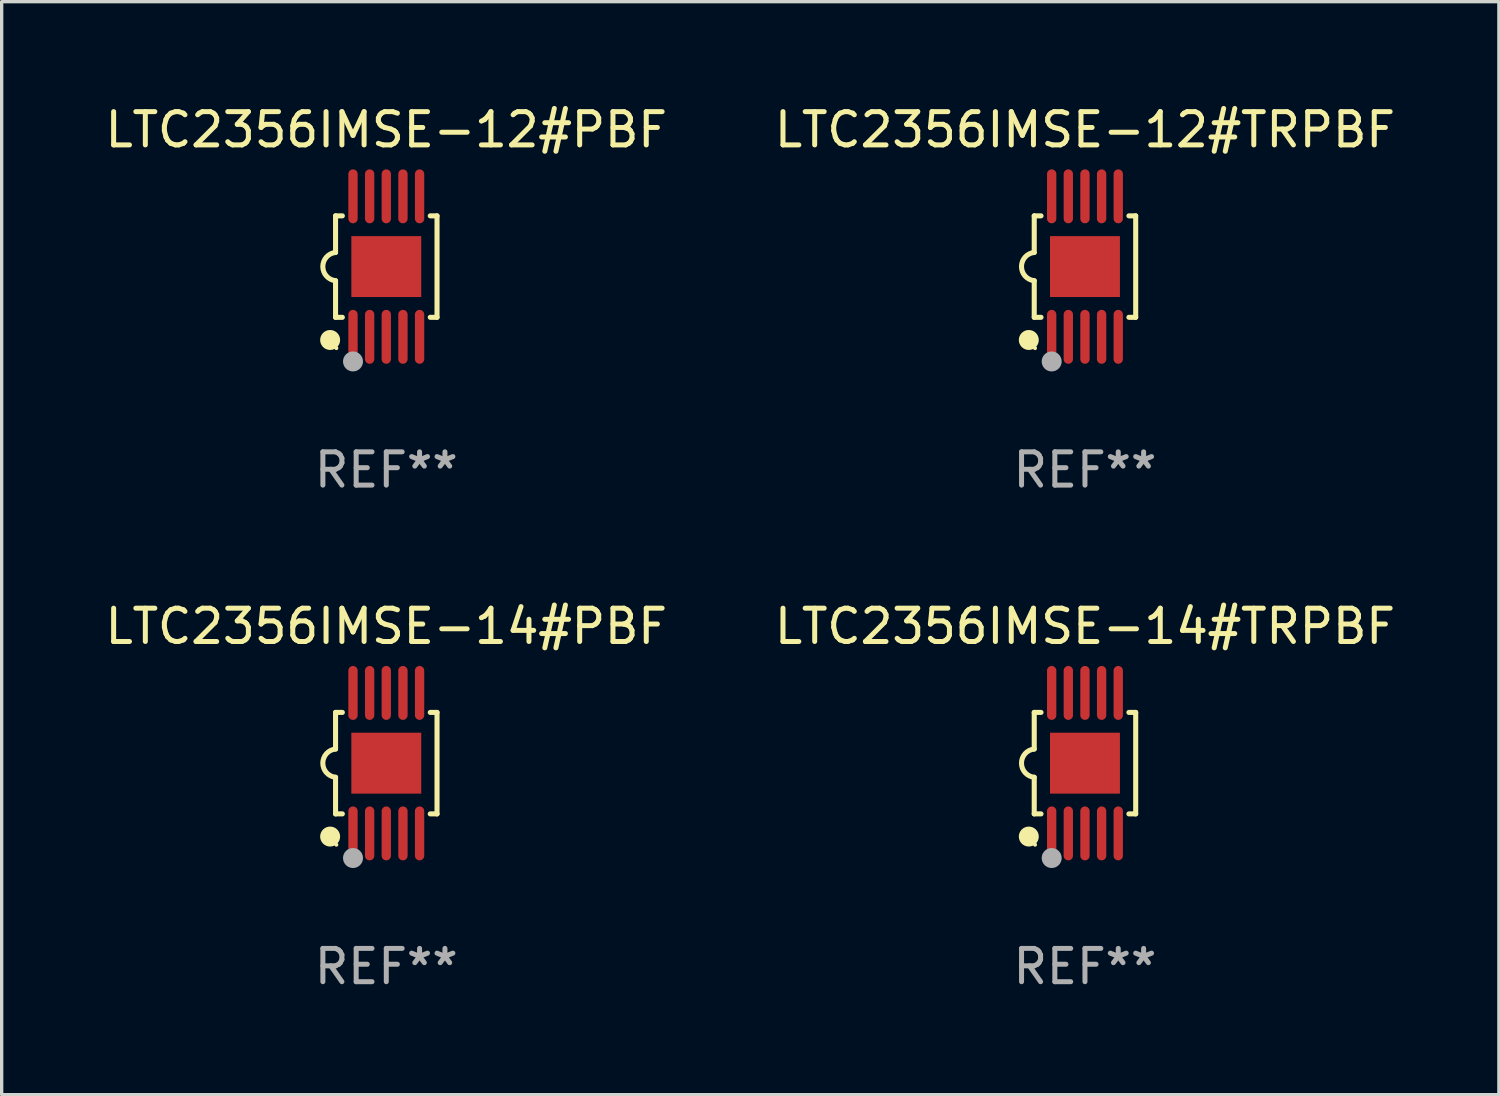
<source format=kicad_pcb>
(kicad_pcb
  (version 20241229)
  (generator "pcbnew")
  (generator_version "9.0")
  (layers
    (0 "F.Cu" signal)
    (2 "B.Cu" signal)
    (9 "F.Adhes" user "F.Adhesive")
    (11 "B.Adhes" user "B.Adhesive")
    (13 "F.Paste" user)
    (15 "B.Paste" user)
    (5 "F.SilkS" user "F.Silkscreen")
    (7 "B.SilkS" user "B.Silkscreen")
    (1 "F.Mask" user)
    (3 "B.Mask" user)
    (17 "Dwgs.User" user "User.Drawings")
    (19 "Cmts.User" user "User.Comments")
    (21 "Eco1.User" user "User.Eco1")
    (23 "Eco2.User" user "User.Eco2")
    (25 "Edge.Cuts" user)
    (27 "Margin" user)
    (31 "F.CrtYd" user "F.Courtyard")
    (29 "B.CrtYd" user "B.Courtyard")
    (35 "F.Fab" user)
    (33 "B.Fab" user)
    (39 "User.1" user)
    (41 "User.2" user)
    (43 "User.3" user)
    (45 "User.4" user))
  (footprint "LTC2356IMSE-14#PBF"
    (layer "F.Cu")
    (at 8.554 19.875)
    (property "Reference" "LTC2356IMSE-14#PBF" (at 0 -4.11 0) (layer "F.SilkS") (effects (font (size 1 1) (thickness 0.15))))
    (attr through_hole)
    (fp_line (start -1.524 -1.524) (end -1.524 -0.424) (stroke (width 0.152) (type solid)) (layer "F.SilkS"))
    (fp_line (start -1.524 1.524) (end -1.524 0.424) (stroke (width 0.152) (type solid)) (layer "F.SilkS"))
    (fp_line (start -1.524 1.524) (end -1.32 1.524) (stroke (width 0.152) (type solid)) (layer "F.SilkS"))
    (fp_line (start -1.32 -1.524) (end -1.524 -1.524) (stroke (width 0.152) (type solid)) (layer "F.SilkS"))
    (fp_line (start 1.32 1.524) (end 1.524 1.524) (stroke (width 0.152) (type solid)) (layer "F.SilkS"))
    (fp_line (start 1.524 -1.524) (end 1.32 -1.524) (stroke (width 0.152) (type solid)) (layer "F.SilkS"))
    (fp_line (start 1.524 1.524) (end 1.524 -1.524) (stroke (width 0.152) (type solid)) (layer "F.SilkS"))
    (fp_arc (start -1.524003 0.424003) (mid -1.906663 -0.000089) (end -1.524004 -0.424181) (stroke (width 0.151994) (type solid)) (layer "F.SilkS"))
    (fp_circle (center -1.687 2.205) (end -1.537 2.205) (stroke (width 0.3) (type solid)) (fill no) (layer "F.SilkS"))
    (fp_circle (center -1.5 2.45) (end -1.47 2.45) (stroke (width 0.06) (type solid)) (fill no) (layer "F.SilkS"))
    (fp_circle (center -1 2.85) (end -0.85 2.85) (stroke (width 0.3) (type solid)) (fill no) (layer "F.Fab"))
    (fp_text user "REF**" (at 0 6.11 0) (layer "F.Fab") (effects (font (size 1 1) (thickness 0.15))))
    (pad "1" smd oval (at -1 2.11) (size 0.28 1.62) (layers "F.Cu" "F.Mask" "F.Paste"))
    (pad "2" smd oval (at -0.5 2.11) (size 0.28 1.62) (layers "F.Cu" "F.Mask" "F.Paste"))
    (pad "3" smd oval (at 0 2.11) (size 0.28 1.62) (layers "F.Cu" "F.Mask" "F.Paste"))
    (pad "4" smd oval (at 0.5 2.11) (size 0.28 1.62) (layers "F.Cu" "F.Mask" "F.Paste"))
    (pad "5" smd oval (at 1 2.11) (size 0.28 1.62) (layers "F.Cu" "F.Mask" "F.Paste"))
    (pad "6" smd oval (at 1 -2.11) (size 0.28 1.62) (layers "F.Cu" "F.Mask" "F.Paste"))
    (pad "7" smd oval (at 0.5 -2.11) (size 0.28 1.62) (layers "F.Cu" "F.Mask" "F.Paste"))
    (pad "8" smd oval (at 0 -2.11) (size 0.28 1.62) (layers "F.Cu" "F.Mask" "F.Paste"))
    (pad "9" smd oval (at -0.5 -2.11) (size 0.28 1.62) (layers "F.Cu" "F.Mask" "F.Paste"))
    (pad "10" smd oval (at -1 -2.11) (size 0.28 1.62) (layers "F.Cu" "F.Mask" "F.Paste"))
    (pad "11" smd rect (at 0 0) (size 2.1 1.83) (layers "F.Cu" "F.Mask" "F.Paste")))
  (footprint "LTC2356IMSE-14#TRPBF"
    (layer "F.Cu")
    (at 29.542 19.875)
    (property "Reference" "LTC2356IMSE-14#TRPBF" (at 0 -4.11 0) (layer "F.SilkS") (effects (font (size 1 1) (thickness 0.15))))
    (attr through_hole)
    (fp_line (start -1.524 -1.524) (end -1.524 -0.424) (stroke (width 0.152) (type solid)) (layer "F.SilkS"))
    (fp_line (start -1.524 1.524) (end -1.524 0.424) (stroke (width 0.152) (type solid)) (layer "F.SilkS"))
    (fp_line (start -1.524 1.524) (end -1.32 1.524) (stroke (width 0.152) (type solid)) (layer "F.SilkS"))
    (fp_line (start -1.32 -1.524) (end -1.524 -1.524) (stroke (width 0.152) (type solid)) (layer "F.SilkS"))
    (fp_line (start 1.32 1.524) (end 1.524 1.524) (stroke (width 0.152) (type solid)) (layer "F.SilkS"))
    (fp_line (start 1.524 -1.524) (end 1.32 -1.524) (stroke (width 0.152) (type solid)) (layer "F.SilkS"))
    (fp_line (start 1.524 1.524) (end 1.524 -1.524) (stroke (width 0.152) (type solid)) (layer "F.SilkS"))
    (fp_arc (start -1.524003 0.424003) (mid -1.906663 -0.000089) (end -1.524004 -0.424181) (stroke (width 0.151994) (type solid)) (layer "F.SilkS"))
    (fp_circle (center -1.687 2.205) (end -1.537 2.205) (stroke (width 0.3) (type solid)) (fill no) (layer "F.SilkS"))
    (fp_circle (center -1.5 2.45) (end -1.47 2.45) (stroke (width 0.06) (type solid)) (fill no) (layer "F.SilkS"))
    (fp_circle (center -1 2.85) (end -0.85 2.85) (stroke (width 0.3) (type solid)) (fill no) (layer "F.Fab"))
    (fp_text user "REF**" (at 0 6.11 0) (layer "F.Fab") (effects (font (size 1 1) (thickness 0.15))))
    (pad "1" smd oval (at -1 2.11) (size 0.28 1.62) (layers "F.Cu" "F.Mask" "F.Paste"))
    (pad "2" smd oval (at -0.5 2.11) (size 0.28 1.62) (layers "F.Cu" "F.Mask" "F.Paste"))
    (pad "3" smd oval (at 0 2.11) (size 0.28 1.62) (layers "F.Cu" "F.Mask" "F.Paste"))
    (pad "4" smd oval (at 0.5 2.11) (size 0.28 1.62) (layers "F.Cu" "F.Mask" "F.Paste"))
    (pad "5" smd oval (at 1 2.11) (size 0.28 1.62) (layers "F.Cu" "F.Mask" "F.Paste"))
    (pad "6" smd oval (at 1 -2.11) (size 0.28 1.62) (layers "F.Cu" "F.Mask" "F.Paste"))
    (pad "7" smd oval (at 0.5 -2.11) (size 0.28 1.62) (layers "F.Cu" "F.Mask" "F.Paste"))
    (pad "8" smd oval (at 0 -2.11) (size 0.28 1.62) (layers "F.Cu" "F.Mask" "F.Paste"))
    (pad "9" smd oval (at -0.5 -2.11) (size 0.28 1.62) (layers "F.Cu" "F.Mask" "F.Paste"))
    (pad "10" smd oval (at -1 -2.11) (size 0.28 1.62) (layers "F.Cu" "F.Mask" "F.Paste"))
    (pad "11" smd rect (at 0 0) (size 2.1 1.83) (layers "F.Cu" "F.Mask" "F.Paste")))
  (footprint "LTC2356IMSE-12#TRPBF"
    (layer "F.Cu")
    (at 29.542 4.958)
    (property "Reference" "LTC2356IMSE-12#TRPBF" (at 0 -4.11 0) (layer "F.SilkS") (effects (font (size 1 1) (thickness 0.15))))
    (attr through_hole)
    (fp_line (start -1.524 -1.524) (end -1.524 -0.424) (stroke (width 0.152) (type solid)) (layer "F.SilkS"))
    (fp_line (start -1.524 1.524) (end -1.524 0.424) (stroke (width 0.152) (type solid)) (layer "F.SilkS"))
    (fp_line (start -1.524 1.524) (end -1.32 1.524) (stroke (width 0.152) (type solid)) (layer "F.SilkS"))
    (fp_line (start -1.32 -1.524) (end -1.524 -1.524) (stroke (width 0.152) (type solid)) (layer "F.SilkS"))
    (fp_line (start 1.32 1.524) (end 1.524 1.524) (stroke (width 0.152) (type solid)) (layer "F.SilkS"))
    (fp_line (start 1.524 -1.524) (end 1.32 -1.524) (stroke (width 0.152) (type solid)) (layer "F.SilkS"))
    (fp_line (start 1.524 1.524) (end 1.524 -1.524) (stroke (width 0.152) (type solid)) (layer "F.SilkS"))
    (fp_arc (start -1.524003 0.424003) (mid -1.906663 -0.000089) (end -1.524004 -0.424181) (stroke (width 0.151994) (type solid)) (layer "F.SilkS"))
    (fp_circle (center -1.687 2.205) (end -1.537 2.205) (stroke (width 0.3) (type solid)) (fill no) (layer "F.SilkS"))
    (fp_circle (center -1.5 2.45) (end -1.47 2.45) (stroke (width 0.06) (type solid)) (fill no) (layer "F.SilkS"))
    (fp_circle (center -1 2.85) (end -0.85 2.85) (stroke (width 0.3) (type solid)) (fill no) (layer "F.Fab"))
    (fp_text user "REF**" (at 0 6.11 0) (layer "F.Fab") (effects (font (size 1 1) (thickness 0.15))))
    (pad "1" smd oval (at -1 2.11) (size 0.28 1.62) (layers "F.Cu" "F.Mask" "F.Paste"))
    (pad "2" smd oval (at -0.5 2.11) (size 0.28 1.62) (layers "F.Cu" "F.Mask" "F.Paste"))
    (pad "3" smd oval (at 0 2.11) (size 0.28 1.62) (layers "F.Cu" "F.Mask" "F.Paste"))
    (pad "4" smd oval (at 0.5 2.11) (size 0.28 1.62) (layers "F.Cu" "F.Mask" "F.Paste"))
    (pad "5" smd oval (at 1 2.11) (size 0.28 1.62) (layers "F.Cu" "F.Mask" "F.Paste"))
    (pad "6" smd oval (at 1 -2.11) (size 0.28 1.62) (layers "F.Cu" "F.Mask" "F.Paste"))
    (pad "7" smd oval (at 0.5 -2.11) (size 0.28 1.62) (layers "F.Cu" "F.Mask" "F.Paste"))
    (pad "8" smd oval (at 0 -2.11) (size 0.28 1.62) (layers "F.Cu" "F.Mask" "F.Paste"))
    (pad "9" smd oval (at -0.5 -2.11) (size 0.28 1.62) (layers "F.Cu" "F.Mask" "F.Paste"))
    (pad "10" smd oval (at -1 -2.11) (size 0.28 1.62) (layers "F.Cu" "F.Mask" "F.Paste"))
    (pad "11" smd rect (at 0 0) (size 2.1 1.83) (layers "F.Cu" "F.Mask" "F.Paste")))
  (footprint "LTC2356IMSE-12#PBF"
    (layer "F.Cu")
    (at 8.554 4.958)
    (property "Reference" "LTC2356IMSE-12#PBF" (at 0 -4.11 0) (layer "F.SilkS") (effects (font (size 1 1) (thickness 0.15))))
    (attr through_hole)
    (fp_line (start -1.524 -1.524) (end -1.524 -0.424) (stroke (width 0.152) (type solid)) (layer "F.SilkS"))
    (fp_line (start -1.524 1.524) (end -1.524 0.424) (stroke (width 0.152) (type solid)) (layer "F.SilkS"))
    (fp_line (start -1.524 1.524) (end -1.32 1.524) (stroke (width 0.152) (type solid)) (layer "F.SilkS"))
    (fp_line (start -1.32 -1.524) (end -1.524 -1.524) (stroke (width 0.152) (type solid)) (layer "F.SilkS"))
    (fp_line (start 1.32 1.524) (end 1.524 1.524) (stroke (width 0.152) (type solid)) (layer "F.SilkS"))
    (fp_line (start 1.524 -1.524) (end 1.32 -1.524) (stroke (width 0.152) (type solid)) (layer "F.SilkS"))
    (fp_line (start 1.524 1.524) (end 1.524 -1.524) (stroke (width 0.152) (type solid)) (layer "F.SilkS"))
    (fp_arc (start -1.524003 0.424003) (mid -1.906663 -0.000089) (end -1.524004 -0.424181) (stroke (width 0.151994) (type solid)) (layer "F.SilkS"))
    (fp_circle (center -1.687 2.205) (end -1.537 2.205) (stroke (width 0.3) (type solid)) (fill no) (layer "F.SilkS"))
    (fp_circle (center -1.5 2.45) (end -1.47 2.45) (stroke (width 0.06) (type solid)) (fill no) (layer "F.SilkS"))
    (fp_circle (center -1 2.85) (end -0.85 2.85) (stroke (width 0.3) (type solid)) (fill no) (layer "F.Fab"))
    (fp_text user "REF**" (at 0 6.11 0) (layer "F.Fab") (effects (font (size 1 1) (thickness 0.15))))
    (pad "1" smd oval (at -1 2.11) (size 0.28 1.62) (layers "F.Cu" "F.Mask" "F.Paste"))
    (pad "2" smd oval (at -0.5 2.11) (size 0.28 1.62) (layers "F.Cu" "F.Mask" "F.Paste"))
    (pad "3" smd oval (at 0 2.11) (size 0.28 1.62) (layers "F.Cu" "F.Mask" "F.Paste"))
    (pad "4" smd oval (at 0.5 2.11) (size 0.28 1.62) (layers "F.Cu" "F.Mask" "F.Paste"))
    (pad "5" smd oval (at 1 2.11) (size 0.28 1.62) (layers "F.Cu" "F.Mask" "F.Paste"))
    (pad "6" smd oval (at 1 -2.11) (size 0.28 1.62) (layers "F.Cu" "F.Mask" "F.Paste"))
    (pad "7" smd oval (at 0.5 -2.11) (size 0.28 1.62) (layers "F.Cu" "F.Mask" "F.Paste"))
    (pad "8" smd oval (at 0 -2.11) (size 0.28 1.62) (layers "F.Cu" "F.Mask" "F.Paste"))
    (pad "9" smd oval (at -0.5 -2.11) (size 0.28 1.62) (layers "F.Cu" "F.Mask" "F.Paste"))
    (pad "10" smd oval (at -1 -2.11) (size 0.28 1.62) (layers "F.Cu" "F.Mask" "F.Paste"))
    (pad "11" smd rect (at 0 0) (size 2.1 1.83) (layers "F.Cu" "F.Mask" "F.Paste")))
  (gr_rect
    (start -3 -3)
    (end 41.976 29.833)
    (stroke (width 0.1) (type default))
    (fill no)
    (layer "Edge.Cuts")))
</source>
